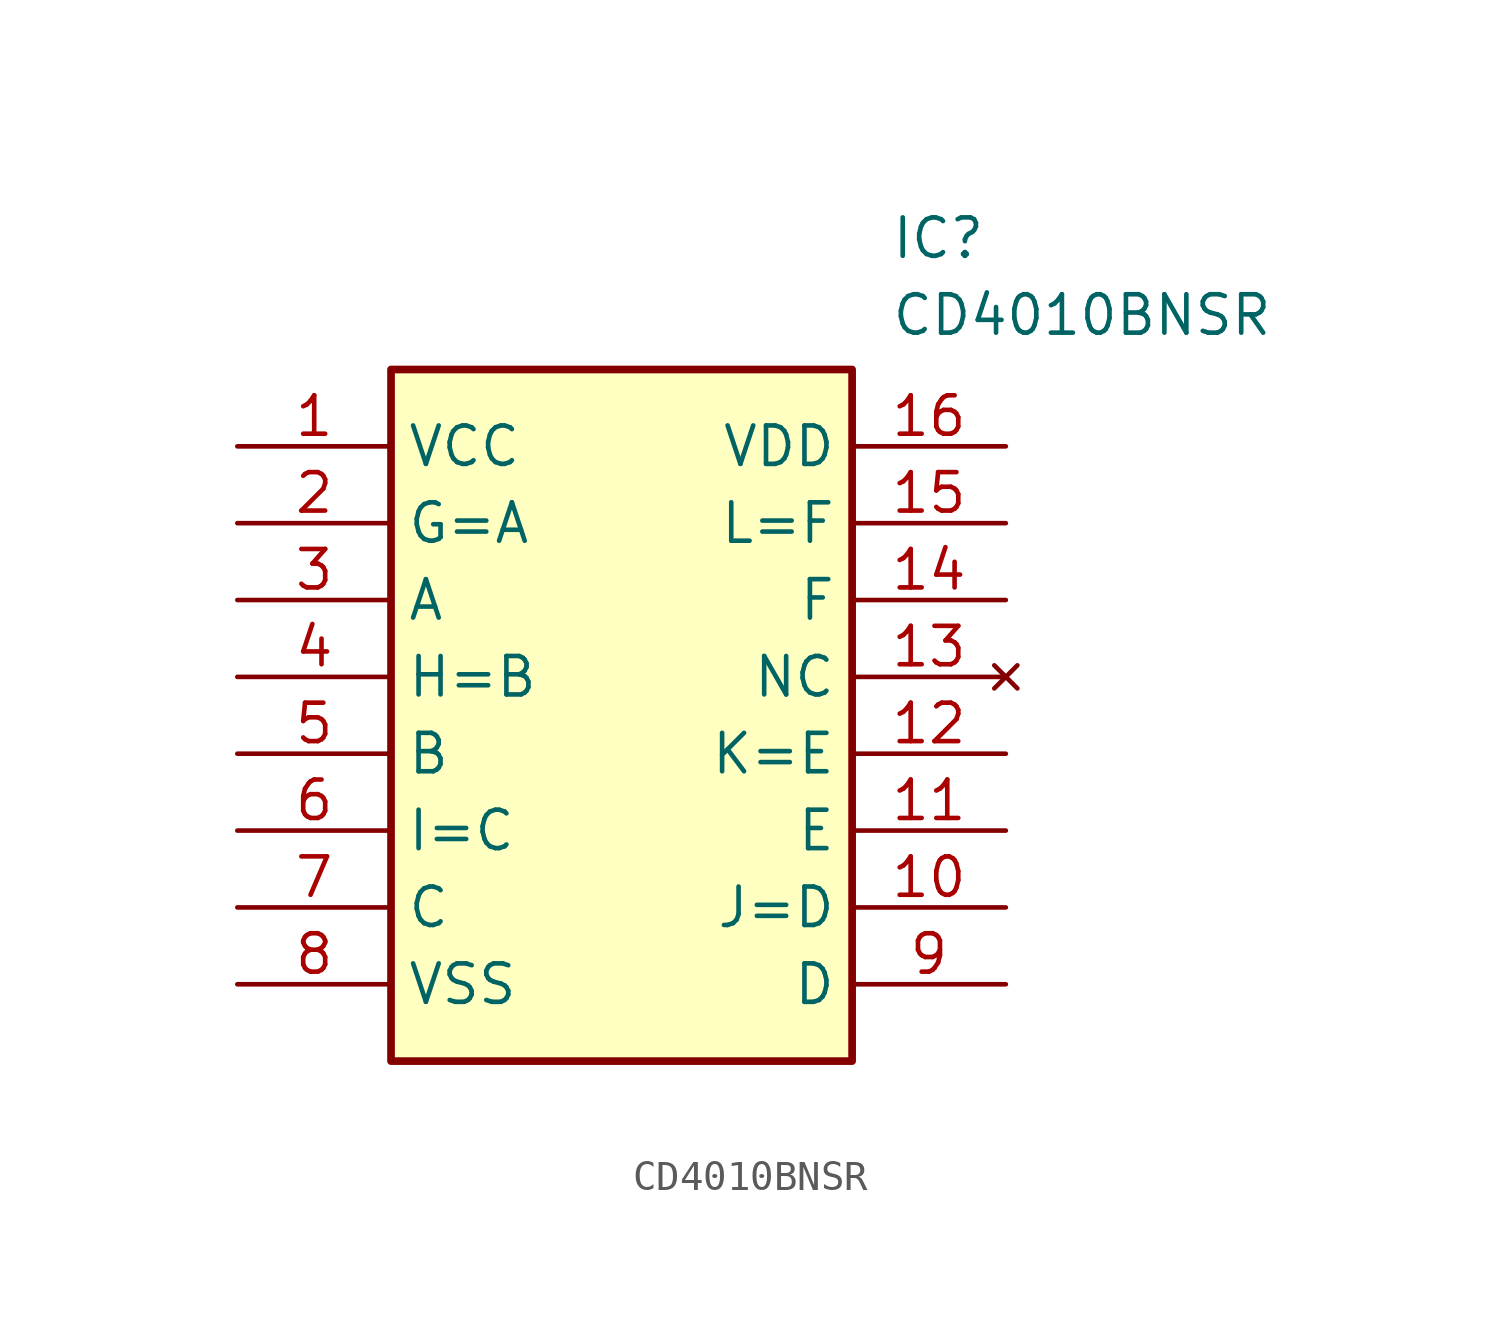
<source format=kicad_sym>
(kicad_symbol_lib
  (version 20211014)
  (generator SamacSys_ECAD_Model)
  (symbol "CD4010BNSR"
    (property "Reference" "IC"
      (at 21.59 7.62 0)
      (effects (font (size 1.27 1.27)) (justify left top)))
    (property "Value" "CD4010BNSR"
      (at 21.59 5.08 0)
      (effects (font (size 1.27 1.27)) (justify left top)))
    (rectangle
      (start 5.08 2.54)
      (end 20.32 -20.32)
      (stroke (width 0.254) (type default))
      (fill (type background)))
    (pin passive line
      (at 0 0 0)
      (length 5.08)
      (name "VCC" (effects (font (size 1.27 1.27))))
      (number "1" (effects (font (size 1.27 1.27)))))
    (pin passive line
      (at 0 -2.54 0)
      (length 5.08)
      (name "G=A" (effects (font (size 1.27 1.27))))
      (number "2" (effects (font (size 1.27 1.27)))))
    (pin passive line
      (at 0 -5.08 0)
      (length 5.08)
      (name "A" (effects (font (size 1.27 1.27))))
      (number "3" (effects (font (size 1.27 1.27)))))
    (pin passive line
      (at 0 -7.62 0)
      (length 5.08)
      (name "H=B" (effects (font (size 1.27 1.27))))
      (number "4" (effects (font (size 1.27 1.27)))))
    (pin passive line
      (at 0 -10.16 0)
      (length 5.08)
      (name "B" (effects (font (size 1.27 1.27))))
      (number "5" (effects (font (size 1.27 1.27)))))
    (pin passive line
      (at 0 -12.7 0)
      (length 5.08)
      (name "I=C" (effects (font (size 1.27 1.27))))
      (number "6" (effects (font (size 1.27 1.27)))))
    (pin passive line
      (at 0 -15.24 0)
      (length 5.08)
      (name "C" (effects (font (size 1.27 1.27))))
      (number "7" (effects (font (size 1.27 1.27)))))
    (pin passive line
      (at 0 -17.78 0)
      (length 5.08)
      (name "VSS" (effects (font (size 1.27 1.27))))
      (number "8" (effects (font (size 1.27 1.27)))))
    (pin passive line
      (at 25.4 0 180)
      (length 5.08)
      (name "VDD" (effects (font (size 1.27 1.27))))
      (number "16" (effects (font (size 1.27 1.27)))))
    (pin passive line
      (at 25.4 -2.54 180)
      (length 5.08)
      (name "L=F" (effects (font (size 1.27 1.27))))
      (number "15" (effects (font (size 1.27 1.27)))))
    (pin passive line
      (at 25.4 -5.08 180)
      (length 5.08)
      (name "F" (effects (font (size 1.27 1.27))))
      (number "14" (effects (font (size 1.27 1.27)))))
    (pin no_connect line
      (at 25.4 -7.62 180)
      (length 5.08)
      (name "NC" (effects (font (size 1.27 1.27))))
      (number "13" (effects (font (size 1.27 1.27)))))
    (pin passive line
      (at 25.4 -10.16 180)
      (length 5.08)
      (name "K=E" (effects (font (size 1.27 1.27))))
      (number "12" (effects (font (size 1.27 1.27)))))
    (pin passive line
      (at 25.4 -12.7 180)
      (length 5.08)
      (name "E" (effects (font (size 1.27 1.27))))
      (number "11" (effects (font (size 1.27 1.27)))))
    (pin passive line
      (at 25.4 -15.24 180)
      (length 5.08)
      (name "J=D" (effects (font (size 1.27 1.27))))
      (number "10" (effects (font (size 1.27 1.27)))))
    (pin passive line
      (at 25.4 -17.78 180)
      (length 5.08)
      (name "D" (effects (font (size 1.27 1.27))))
      (number "9" (effects (font (size 1.27 1.27)))))))
</source>
